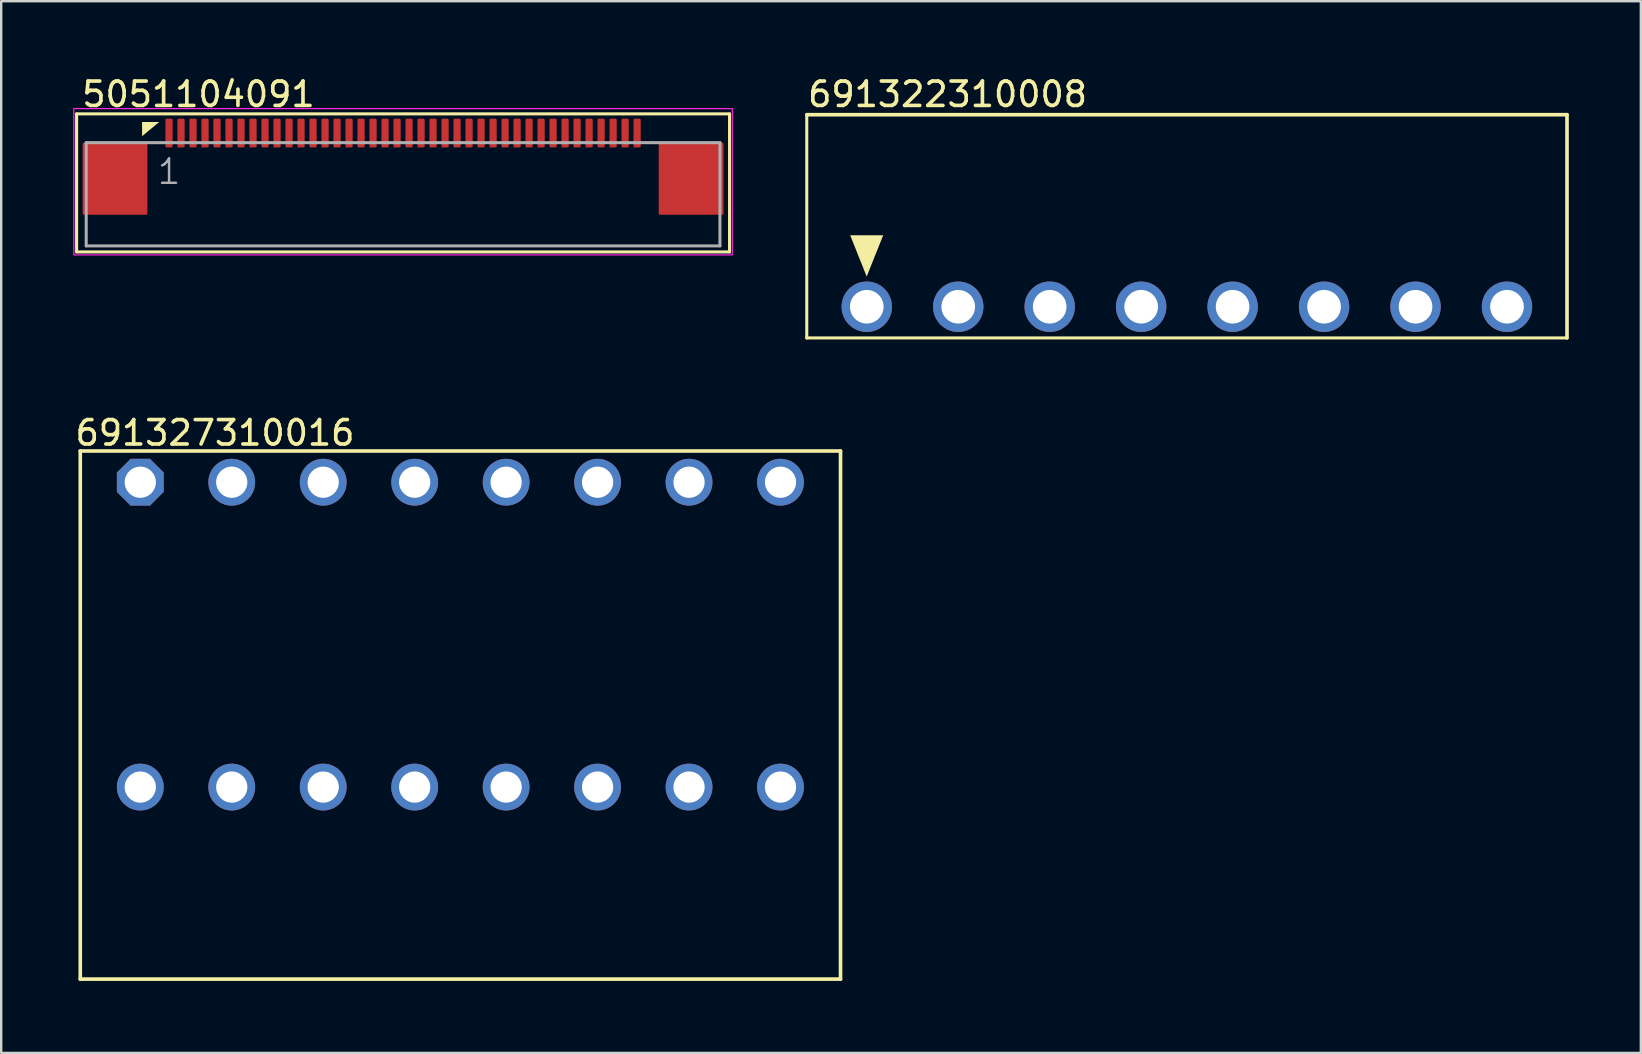
<source format=kicad_pcb>
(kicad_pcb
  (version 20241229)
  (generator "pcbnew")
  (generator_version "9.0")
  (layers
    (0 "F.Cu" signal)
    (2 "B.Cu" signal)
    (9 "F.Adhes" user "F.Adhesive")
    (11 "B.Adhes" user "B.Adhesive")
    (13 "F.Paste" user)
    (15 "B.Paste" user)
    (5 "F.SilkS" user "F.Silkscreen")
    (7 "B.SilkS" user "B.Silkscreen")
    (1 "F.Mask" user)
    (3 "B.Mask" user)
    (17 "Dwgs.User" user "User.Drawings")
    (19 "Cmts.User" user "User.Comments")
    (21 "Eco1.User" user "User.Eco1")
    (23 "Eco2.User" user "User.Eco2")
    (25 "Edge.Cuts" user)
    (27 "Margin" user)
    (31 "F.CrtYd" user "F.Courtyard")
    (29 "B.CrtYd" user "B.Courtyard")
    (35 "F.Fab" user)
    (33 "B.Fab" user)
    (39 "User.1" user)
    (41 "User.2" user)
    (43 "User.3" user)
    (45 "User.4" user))
  (footprint "691322310008"
    (layer "F.Cu")
    (at 46.393 9.728)
    (property "Reference" "691322310008" (at -15.875 -8.255 0) (layer "F.SilkS") (effects (font (size 1.016 1.016) (thickness 0.152)) (justify left bottom)))
    (attr through_hole)
    (fp_line (start -15.835 -8) (end -15.835 1.3) (stroke (width 0.127) (type solid)) (layer "F.SilkS"))
    (fp_line (start -15.835 1.3) (end 15.835 1.3) (stroke (width 0.127) (type solid)) (layer "F.SilkS"))
    (fp_line (start 15.835 -8) (end -15.835 -8) (stroke (width 0.152) (type solid)) (layer "F.SilkS"))
    (fp_line (start 15.835 1.3) (end 15.835 -8) (stroke (width 0.152) (type solid)) (layer "F.SilkS"))
    (fp_poly (pts (xy -13.339 -1.258) (xy -14.026 -2.977) (xy -12.651 -2.977)) (stroke (width 0) (type default)) (fill yes) (layer "F.SilkS"))
    (pad "1" thru_hole circle (at -13.335 0) (size 2.1 2.1) (drill 1.4) (layers "*.Cu" "*.Mask"))
    (pad "2" thru_hole circle (at -9.525 0) (size 2.1 2.1) (drill 1.4) (layers "*.Cu" "*.Mask"))
    (pad "3" thru_hole circle (at -5.715 0) (size 2.1 2.1) (drill 1.4) (layers "*.Cu" "*.Mask"))
    (pad "4" thru_hole circle (at -1.905 0) (size 2.1 2.1) (drill 1.4) (layers "*.Cu" "*.Mask"))
    (pad "5" thru_hole circle (at 1.905 0) (size 2.1 2.1) (drill 1.4) (layers "*.Cu" "*.Mask"))
    (pad "6" thru_hole circle (at 5.715 0) (size 2.1 2.1) (drill 1.4) (layers "*.Cu" "*.Mask"))
    (pad "7" thru_hole circle (at 9.525 0) (size 2.1 2.1) (drill 1.4) (layers "*.Cu" "*.Mask"))
    (pad "8" thru_hole circle (at 13.335 0) (size 2.1 2.1) (drill 1.4) (layers "*.Cu" "*.Mask")))
  (footprint "691327310016"
    (layer "F.Cu")
    (at 16.129 23.388)
    (property "Reference" "691327310016" (at -16.129 -7.811 0) (layer "F.SilkS") (effects (font (size 1.016 1.016) (thickness 0.152)) (justify left bottom)))
    (attr through_hole)
    (fp_line (start -15.835 -7.65) (end -15.835 14.35) (stroke (width 0.152) (type solid)) (layer "F.SilkS"))
    (fp_line (start -15.835 14.35) (end 15.835 14.35) (stroke (width 0.152) (type solid)) (layer "F.SilkS"))
    (fp_line (start 15.835 -7.65) (end -15.835 -7.65) (stroke (width 0.152) (type solid)) (layer "F.SilkS"))
    (fp_line (start 15.835 14.35) (end 15.835 -7.65) (stroke (width 0.152) (type solid)) (layer "F.SilkS"))
    (pad "1" thru_hole roundrect (at -13.335 -6.35 270) (size 1.95 1.95) (drill 1.3) (layers "*.Cu" "*.Mask") (roundrect_rratio 0.25) (chamfer_ratio 0.293) (chamfer top_left top_right bottom_left bottom_right))
    (pad "2" thru_hole circle (at -9.525 -6.35 270) (size 1.95 1.95) (drill 1.3) (layers "*.Cu" "*.Mask"))
    (pad "3" thru_hole circle (at -5.715 -6.35 270) (size 1.95 1.95) (drill 1.3) (layers "*.Cu" "*.Mask"))
    (pad "4" thru_hole circle (at -1.905 -6.35 270) (size 1.95 1.95) (drill 1.3) (layers "*.Cu" "*.Mask"))
    (pad "5" thru_hole circle (at 1.905 -6.35 270) (size 1.95 1.95) (drill 1.3) (layers "*.Cu" "*.Mask"))
    (pad "6" thru_hole circle (at 5.715 -6.35 270) (size 1.95 1.95) (drill 1.3) (layers "*.Cu" "*.Mask"))
    (pad "7" thru_hole circle (at 9.525 -6.35 270) (size 1.95 1.95) (drill 1.3) (layers "*.Cu" "*.Mask"))
    (pad "8" thru_hole circle (at 13.335 -6.35 270) (size 1.95 1.95) (drill 1.3) (layers "*.Cu" "*.Mask"))
    (pad "9" thru_hole circle (at -13.335 6.35 270) (size 1.95 1.95) (drill 1.3) (layers "*.Cu" "*.Mask"))
    (pad "10" thru_hole circle (at -9.525 6.35 270) (size 1.95 1.95) (drill 1.3) (layers "*.Cu" "*.Mask"))
    (pad "11" thru_hole circle (at -5.715 6.35 270) (size 1.95 1.95) (drill 1.3) (layers "*.Cu" "*.Mask"))
    (pad "12" thru_hole circle (at -1.905 6.35 270) (size 1.95 1.95) (drill 1.3) (layers "*.Cu" "*.Mask"))
    (pad "13" thru_hole circle (at 1.905 6.35 270) (size 1.95 1.95) (drill 1.3) (layers "*.Cu" "*.Mask"))
    (pad "14" thru_hole circle (at 5.715 6.35 270) (size 1.95 1.95) (drill 1.3) (layers "*.Cu" "*.Mask"))
    (pad "15" thru_hole circle (at 9.525 6.35 270) (size 1.95 1.95) (drill 1.3) (layers "*.Cu" "*.Mask"))
    (pad "16" thru_hole circle (at 13.335 6.35 270) (size 1.95 1.95) (drill 1.3) (layers "*.Cu" "*.Mask")))
  (footprint "5051104091"
    (layer "F.Cu")
    (at 13.741 4.394)
    (property "Reference" "5051104091" (at -13.462 -2.921 0) (layer "F.SilkS") (effects (font (size 1.016 1.016) (thickness 0.152)) (justify left bottom)))
    (attr smd)
    (fp_line (start -13.6 -2.7) (end 13.6 -2.7) (stroke (width 0.127) (type solid)) (layer "F.SilkS"))
    (fp_line (start -13.6 3.05) (end -13.6 -2.7) (stroke (width 0.127) (type solid)) (layer "F.SilkS"))
    (fp_line (start -13.6 3.05) (end 13.6 3.05) (stroke (width 0.127) (type solid)) (layer "F.SilkS"))
    (fp_line (start 13.6 3.05) (end 13.6 -2.7) (stroke (width 0.127) (type solid)) (layer "F.SilkS"))
    (fp_poly (pts (xy -10.871 -1.77) (xy -10.871 -2.362) (xy -10.16 -2.362)) (stroke (width 0) (type default)) (fill yes) (layer "F.SilkS"))
    (fp_rect (start -13.716 -2.921) (end 13.716 3.175) (stroke (width 0.05) (type default)) (fill no) (layer "F.CrtYd"))
    (fp_line (start -13.2 -1.5) (end 13.2 -1.5) (stroke (width 0.127) (type solid)) (layer "F.Fab"))
    (fp_line (start -13.2 2.8) (end -13.2 -1.5) (stroke (width 0.127) (type solid)) (layer "F.Fab"))
    (fp_line (start -13.2 2.8) (end 13.2 2.8) (stroke (width 0.127) (type solid)) (layer "F.Fab"))
    (fp_line (start 13.2 -1.5) (end 13.2 2.8) (stroke (width 0.127) (type solid)) (layer "F.Fab"))
    (fp_text user "1" (at -10.3 0.3 0) (layer "F.Fab") (effects (font (size 1.016 1.016) (thickness 0.102)) (justify left bottom)))
    (pad "" smd roundrect (at -12 0) (size 2.7 3) (layers "F.Cu" "F.Mask" "F.Paste") (roundrect_rratio 0.019))
    (pad "" smd roundrect (at 12 0) (size 2.7 3) (layers "F.Cu" "F.Mask" "F.Paste") (roundrect_rratio 0.019))
    (pad "1" smd roundrect (at -9.75 -1.9) (size 0.3 1.2) (layers "F.Cu" "F.Mask" "F.Paste") (roundrect_rratio 0.169))
    (pad "2" smd roundrect (at -9.25 -1.9) (size 0.3 1.2) (layers "F.Cu" "F.Mask" "F.Paste") (roundrect_rratio 0.169))
    (pad "3" smd roundrect (at -8.75 -1.9) (size 0.3 1.2) (layers "F.Cu" "F.Mask" "F.Paste") (roundrect_rratio 0.169))
    (pad "4" smd roundrect (at -8.25 -1.9) (size 0.3 1.2) (layers "F.Cu" "F.Mask" "F.Paste") (roundrect_rratio 0.169))
    (pad "5" smd roundrect (at -7.75 -1.9) (size 0.3 1.2) (layers "F.Cu" "F.Mask" "F.Paste") (roundrect_rratio 0.169))
    (pad "6" smd roundrect (at -7.25 -1.9) (size 0.3 1.2) (layers "F.Cu" "F.Mask" "F.Paste") (roundrect_rratio 0.169))
    (pad "7" smd roundrect (at -6.75 -1.9) (size 0.3 1.2) (layers "F.Cu" "F.Mask" "F.Paste") (roundrect_rratio 0.169))
    (pad "8" smd roundrect (at -6.25 -1.9) (size 0.3 1.2) (layers "F.Cu" "F.Mask" "F.Paste") (roundrect_rratio 0.169))
    (pad "9" smd roundrect (at -5.75 -1.9) (size 0.3 1.2) (layers "F.Cu" "F.Mask" "F.Paste") (roundrect_rratio 0.169))
    (pad "10" smd roundrect (at -5.25 -1.9) (size 0.3 1.2) (layers "F.Cu" "F.Mask" "F.Paste") (roundrect_rratio 0.169))
    (pad "11" smd roundrect (at -4.75 -1.9) (size 0.3 1.2) (layers "F.Cu" "F.Mask" "F.Paste") (roundrect_rratio 0.169))
    (pad "12" smd roundrect (at -4.25 -1.9) (size 0.3 1.2) (layers "F.Cu" "F.Mask" "F.Paste") (roundrect_rratio 0.169))
    (pad "13" smd roundrect (at -3.75 -1.9) (size 0.3 1.2) (layers "F.Cu" "F.Mask" "F.Paste") (roundrect_rratio 0.169))
    (pad "14" smd roundrect (at -3.25 -1.9) (size 0.3 1.2) (layers "F.Cu" "F.Mask" "F.Paste") (roundrect_rratio 0.169))
    (pad "15" smd roundrect (at -2.75 -1.9) (size 0.3 1.2) (layers "F.Cu" "F.Mask" "F.Paste") (roundrect_rratio 0.169))
    (pad "16" smd roundrect (at -2.25 -1.9) (size 0.3 1.2) (layers "F.Cu" "F.Mask" "F.Paste") (roundrect_rratio 0.169))
    (pad "17" smd roundrect (at -1.75 -1.9) (size 0.3 1.2) (layers "F.Cu" "F.Mask" "F.Paste") (roundrect_rratio 0.169))
    (pad "18" smd roundrect (at -1.25 -1.9) (size 0.3 1.2) (layers "F.Cu" "F.Mask" "F.Paste") (roundrect_rratio 0.169))
    (pad "19" smd roundrect (at -0.75 -1.9) (size 0.3 1.2) (layers "F.Cu" "F.Mask" "F.Paste") (roundrect_rratio 0.169))
    (pad "20" smd roundrect (at -0.25 -1.9) (size 0.3 1.2) (layers "F.Cu" "F.Mask" "F.Paste") (roundrect_rratio 0.169))
    (pad "21" smd roundrect (at 0.25 -1.9) (size 0.3 1.2) (layers "F.Cu" "F.Mask" "F.Paste") (roundrect_rratio 0.169))
    (pad "22" smd roundrect (at 0.75 -1.9) (size 0.3 1.2) (layers "F.Cu" "F.Mask" "F.Paste") (roundrect_rratio 0.169))
    (pad "23" smd roundrect (at 1.25 -1.9) (size 0.3 1.2) (layers "F.Cu" "F.Mask" "F.Paste") (roundrect_rratio 0.169))
    (pad "24" smd roundrect (at 1.75 -1.9) (size 0.3 1.2) (layers "F.Cu" "F.Mask" "F.Paste") (roundrect_rratio 0.169))
    (pad "25" smd roundrect (at 2.25 -1.9) (size 0.3 1.2) (layers "F.Cu" "F.Mask" "F.Paste") (roundrect_rratio 0.169))
    (pad "26" smd roundrect (at 2.75 -1.9) (size 0.3 1.2) (layers "F.Cu" "F.Mask" "F.Paste") (roundrect_rratio 0.169))
    (pad "27" smd roundrect (at 3.25 -1.9) (size 0.3 1.2) (layers "F.Cu" "F.Mask" "F.Paste") (roundrect_rratio 0.169))
    (pad "28" smd roundrect (at 3.75 -1.9) (size 0.3 1.2) (layers "F.Cu" "F.Mask" "F.Paste") (roundrect_rratio 0.169))
    (pad "29" smd roundrect (at 4.25 -1.9) (size 0.3 1.2) (layers "F.Cu" "F.Mask" "F.Paste") (roundrect_rratio 0.169))
    (pad "30" smd roundrect (at 4.75 -1.9) (size 0.3 1.2) (layers "F.Cu" "F.Mask" "F.Paste") (roundrect_rratio 0.169))
    (pad "31" smd roundrect (at 5.25 -1.9) (size 0.3 1.2) (layers "F.Cu" "F.Mask" "F.Paste") (roundrect_rratio 0.169))
    (pad "32" smd roundrect (at 5.75 -1.9) (size 0.3 1.2) (layers "F.Cu" "F.Mask" "F.Paste") (roundrect_rratio 0.169))
    (pad "33" smd roundrect (at 6.25 -1.9) (size 0.3 1.2) (layers "F.Cu" "F.Mask" "F.Paste") (roundrect_rratio 0.169))
    (pad "34" smd roundrect (at 6.75 -1.9) (size 0.3 1.2) (layers "F.Cu" "F.Mask" "F.Paste") (roundrect_rratio 0.169))
    (pad "35" smd roundrect (at 7.25 -1.9) (size 0.3 1.2) (layers "F.Cu" "F.Mask" "F.Paste") (roundrect_rratio 0.169))
    (pad "36" smd roundrect (at 7.75 -1.9) (size 0.3 1.2) (layers "F.Cu" "F.Mask" "F.Paste") (roundrect_rratio 0.169))
    (pad "37" smd roundrect (at 8.25 -1.9) (size 0.3 1.2) (layers "F.Cu" "F.Mask" "F.Paste") (roundrect_rratio 0.169))
    (pad "38" smd roundrect (at 8.75 -1.9) (size 0.3 1.2) (layers "F.Cu" "F.Mask" "F.Paste") (roundrect_rratio 0.169))
    (pad "39" smd roundrect (at 9.25 -1.9) (size 0.3 1.2) (layers "F.Cu" "F.Mask" "F.Paste") (roundrect_rratio 0.169))
    (pad "40" smd roundrect (at 9.75 -1.9) (size 0.3 1.2) (layers "F.Cu" "F.Mask" "F.Paste") (roundrect_rratio 0.169)))
  (gr_rect
    (start -3 -3)
    (end 65.304 40.814)
    (stroke (width 0.1) (type default))
    (fill no)
    (layer "Edge.Cuts")))
</source>
